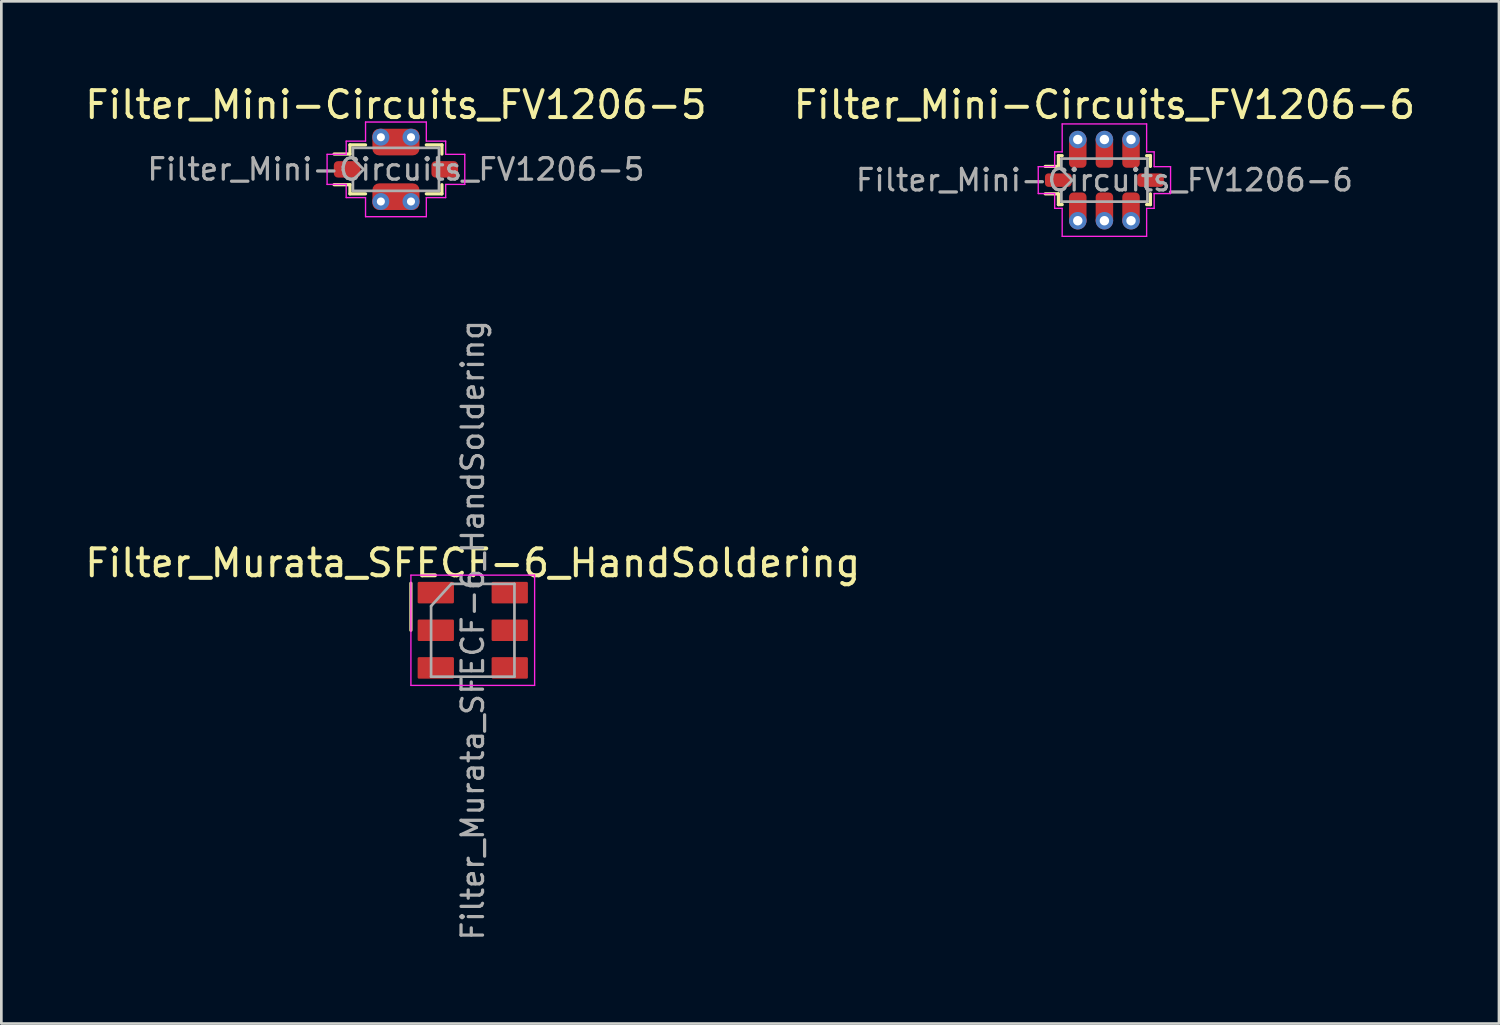
<source format=kicad_pcb>
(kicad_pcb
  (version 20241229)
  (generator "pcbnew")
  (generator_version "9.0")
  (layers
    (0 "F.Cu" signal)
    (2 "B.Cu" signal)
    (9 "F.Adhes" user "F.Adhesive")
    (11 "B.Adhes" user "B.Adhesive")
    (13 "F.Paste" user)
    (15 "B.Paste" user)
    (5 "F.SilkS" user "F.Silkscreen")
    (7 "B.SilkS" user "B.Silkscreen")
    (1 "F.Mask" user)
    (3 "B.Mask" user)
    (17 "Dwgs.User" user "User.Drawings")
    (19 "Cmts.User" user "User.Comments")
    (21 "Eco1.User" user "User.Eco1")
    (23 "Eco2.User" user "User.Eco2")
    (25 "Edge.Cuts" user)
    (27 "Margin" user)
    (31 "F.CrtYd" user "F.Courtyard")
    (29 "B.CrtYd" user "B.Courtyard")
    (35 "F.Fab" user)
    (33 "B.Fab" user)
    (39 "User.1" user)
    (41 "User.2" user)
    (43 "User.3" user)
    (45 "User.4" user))
  (footprint "Filter_Mini-Circuits_FV1206-6"
    (layer "F.Cu")
    (at 38.018 3.648)
    (property "Reference" "Filter_Mini-Circuits_FV1206-6" (at 0 -2.8 0) (layer "F.SilkS") (effects (font (size 1 1) (thickness 0.15))))
    (attr smd)
    (fp_line (start -2.2 -0.51) (end -1.71 -0.51) (stroke (width 0.12) (type solid)) (layer "F.SilkS"))
    (fp_line (start -2.2 0.51) (end -1.71 0.51) (stroke (width 0.12) (type solid)) (layer "F.SilkS"))
    (fp_line (start -1.71 -0.91) (end -1.71 -0.51) (stroke (width 0.12) (type solid)) (layer "F.SilkS"))
    (fp_line (start -1.71 -0.91) (end -1.57 -0.91) (stroke (width 0.12) (type solid)) (layer "F.SilkS"))
    (fp_line (start -1.71 0.51) (end -1.71 0.91) (stroke (width 0.12) (type solid)) (layer "F.SilkS"))
    (fp_line (start -1.57 0.91) (end -1.71 0.91) (stroke (width 0.12) (type solid)) (layer "F.SilkS"))
    (fp_line (start 1.57 -0.91) (end 1.71 -0.91) (stroke (width 0.12) (type solid)) (layer "F.SilkS"))
    (fp_line (start 1.71 -0.91) (end 1.71 -0.51) (stroke (width 0.12) (type solid)) (layer "F.SilkS"))
    (fp_line (start 1.71 0.51) (end 1.71 0.91) (stroke (width 0.12) (type solid)) (layer "F.SilkS"))
    (fp_line (start 1.71 0.91) (end 1.57 0.91) (stroke (width 0.12) (type solid)) (layer "F.SilkS"))
    (fp_line (start -2.46 -0.5) (end -1.85 -0.5) (stroke (width 0.05) (type solid)) (layer "F.CrtYd"))
    (fp_line (start -2.46 0.5) (end -2.46 -0.5) (stroke (width 0.05) (type solid)) (layer "F.CrtYd"))
    (fp_line (start -2.46 0.5) (end -1.85 0.5) (stroke (width 0.05) (type solid)) (layer "F.CrtYd"))
    (fp_line (start -1.85 -0.5) (end -1.85 -1.05) (stroke (width 0.05) (type solid)) (layer "F.CrtYd"))
    (fp_line (start -1.85 1.05) (end -1.85 0.5) (stroke (width 0.05) (type solid)) (layer "F.CrtYd"))
    (fp_line (start -1.57 -1.05) (end -1.85 -1.05) (stroke (width 0.05) (type solid)) (layer "F.CrtYd"))
    (fp_line (start -1.57 -1.05) (end -1.57 -2.09) (stroke (width 0.05) (type solid)) (layer "F.CrtYd"))
    (fp_line (start -1.57 1.05) (end -1.85 1.05) (stroke (width 0.05) (type solid)) (layer "F.CrtYd"))
    (fp_line (start -1.57 2.09) (end -1.57 1.05) (stroke (width 0.05) (type solid)) (layer "F.CrtYd"))
    (fp_line (start 1.57 -2.09) (end -1.57 -2.09) (stroke (width 0.05) (type solid)) (layer "F.CrtYd"))
    (fp_line (start 1.57 -1.05) (end 1.57 -2.09) (stroke (width 0.05) (type solid)) (layer "F.CrtYd"))
    (fp_line (start 1.57 2.09) (end -1.57 2.09) (stroke (width 0.05) (type solid)) (layer "F.CrtYd"))
    (fp_line (start 1.57 2.09) (end 1.57 1.05) (stroke (width 0.05) (type solid)) (layer "F.CrtYd"))
    (fp_line (start 1.85 -1.05) (end 1.57 -1.05) (stroke (width 0.05) (type solid)) (layer "F.CrtYd"))
    (fp_line (start 1.85 -0.5) (end 1.85 -1.05) (stroke (width 0.05) (type solid)) (layer "F.CrtYd"))
    (fp_line (start 1.85 -0.5) (end 2.46 -0.5) (stroke (width 0.05) (type solid)) (layer "F.CrtYd"))
    (fp_line (start 1.85 0.5) (end 2.46 0.5) (stroke (width 0.05) (type solid)) (layer "F.CrtYd"))
    (fp_line (start 1.85 1.05) (end 1.57 1.05) (stroke (width 0.05) (type solid)) (layer "F.CrtYd"))
    (fp_line (start 1.85 1.05) (end 1.85 0.5) (stroke (width 0.05) (type solid)) (layer "F.CrtYd"))
    (fp_line (start 2.46 0.5) (end 2.46 -0.5) (stroke (width 0.05) (type solid)) (layer "F.CrtYd"))
    (fp_line (start -1.6 -0.4) (end -1.6 -0.8) (stroke (width 0.1) (type solid)) (layer "F.Fab"))
    (fp_line (start -1.6 -0.4) (end -1.2 0) (stroke (width 0.1) (type solid)) (layer "F.Fab"))
    (fp_line (start -1.6 0.4) (end -1.6 0.8) (stroke (width 0.1) (type solid)) (layer "F.Fab"))
    (fp_line (start -1.6 0.4) (end -1.2 0) (stroke (width 0.1) (type solid)) (layer "F.Fab"))
    (fp_line (start -1.6 0.8) (end 1.6 0.8) (stroke (width 0.1) (type solid)) (layer "F.Fab"))
    (fp_line (start 1.6 -0.8) (end -1.6 -0.8) (stroke (width 0.1) (type solid)) (layer "F.Fab"))
    (fp_line (start 1.6 0.8) (end 1.6 -0.8) (stroke (width 0.1) (type solid)) (layer "F.Fab"))
    (fp_text user "${REFERENCE}" (at 0 0 0) (layer "F.Fab") (effects (font (size 0.8 0.8) (thickness 0.12))))
    (pad "1" smd roundrect (at -1.715 0) (size 0.99 0.5) (layers "F.Cu" "F.Mask" "F.Paste") (roundrect_rratio 0.25))
    (pad "2" smd roundrect (at -0.99 1.066) (size 0.65 1.212) (layers "F.Cu" "F.Mask" "F.Paste") (roundrect_rratio 0.25))
    (pad "2" thru_hole circle (at -0.99 1.51) (size 0.65 0.65) (drill 0.35) (layers "*.Cu" "*.Mask"))
    (pad "3" smd roundrect (at 0 1.066) (size 0.65 1.212) (layers "F.Cu" "F.Mask" "F.Paste") (roundrect_rratio 0.25))
    (pad "3" thru_hole circle (at 0 1.51) (size 0.65 0.65) (drill 0.35) (layers "*.Cu" "*.Mask"))
    (pad "4" smd roundrect (at 0.99 1.066) (size 0.65 1.212) (layers "F.Cu" "F.Mask" "F.Paste") (roundrect_rratio 0.25))
    (pad "4" thru_hole circle (at 0.99 1.51) (size 0.65 0.65) (drill 0.35) (layers "*.Cu" "*.Mask"))
    (pad "5" smd roundrect (at 1.715 0) (size 0.99 0.5) (layers "F.Cu" "F.Mask" "F.Paste") (roundrect_rratio 0.25))
    (pad "6" thru_hole circle (at 0.99 -1.51) (size 0.65 0.65) (drill 0.35) (layers "*.Cu" "*.Mask"))
    (pad "6" smd roundrect (at 0.99 -1.066) (size 0.65 1.212) (layers "F.Cu" "F.Mask" "F.Paste") (roundrect_rratio 0.25))
    (pad "7" thru_hole circle (at 0 -1.51) (size 0.65 0.65) (drill 0.35) (layers "*.Cu" "*.Mask"))
    (pad "7" smd roundrect (at 0 -1.066) (size 0.65 1.212) (layers "F.Cu" "F.Mask" "F.Paste") (roundrect_rratio 0.25))
    (pad "8" thru_hole circle (at -0.99 -1.51) (size 0.65 0.65) (drill 0.35) (layers "*.Cu" "*.Mask"))
    (pad "8" smd roundrect (at -0.99 -1.066) (size 0.65 1.212) (layers "F.Cu" "F.Mask" "F.Paste") (roundrect_rratio 0.25)))
  (footprint "Filter_Mini-Circuits_FV1206-5"
    (layer "F.Cu")
    (at 11.673 3.248)
    (property "Reference" "Filter_Mini-Circuits_FV1206-5" (at 0 -2.4 0) (layer "F.SilkS") (effects (font (size 1 1) (thickness 0.15))))
    (attr smd)
    (fp_line (start -1.71 -0.91) (end -1.71 -0.57) (stroke (width 0.12) (type solid)) (layer "F.SilkS"))
    (fp_line (start -1.71 -0.91) (end -1.13 -0.91) (stroke (width 0.12) (type solid)) (layer "F.SilkS"))
    (fp_line (start -1.71 -0.57) (end -2.3 -0.57) (stroke (width 0.12) (type solid)) (layer "F.SilkS"))
    (fp_line (start -1.71 0.57) (end -2.3 0.57) (stroke (width 0.12) (type solid)) (layer "F.SilkS"))
    (fp_line (start -1.71 0.57) (end -1.71 0.91) (stroke (width 0.12) (type solid)) (layer "F.SilkS"))
    (fp_line (start -1.71 0.91) (end -1.13 0.91) (stroke (width 0.12) (type solid)) (layer "F.SilkS"))
    (fp_line (start 1.13 -0.91) (end 1.71 -0.91) (stroke (width 0.12) (type solid)) (layer "F.SilkS"))
    (fp_line (start 1.13 0.91) (end 1.71 0.91) (stroke (width 0.12) (type solid)) (layer "F.SilkS"))
    (fp_line (start 1.71 -0.91) (end 1.71 -0.57) (stroke (width 0.12) (type solid)) (layer "F.SilkS"))
    (fp_line (start 1.71 0.57) (end 1.71 0.91) (stroke (width 0.12) (type solid)) (layer "F.SilkS"))
    (fp_line (start -2.56 -0.56) (end -2.56 0.56) (stroke (width 0.05) (type solid)) (layer "F.CrtYd"))
    (fp_line (start -2.56 -0.56) (end -1.85 -0.56) (stroke (width 0.05) (type solid)) (layer "F.CrtYd"))
    (fp_line (start -2.56 0.56) (end -1.85 0.56) (stroke (width 0.05) (type solid)) (layer "F.CrtYd"))
    (fp_line (start -1.85 -1.05) (end -1.85 -0.56) (stroke (width 0.05) (type solid)) (layer "F.CrtYd"))
    (fp_line (start -1.85 -1.05) (end -1.13 -1.05) (stroke (width 0.05) (type solid)) (layer "F.CrtYd"))
    (fp_line (start -1.85 0.56) (end -1.85 1.05) (stroke (width 0.05) (type solid)) (layer "F.CrtYd"))
    (fp_line (start -1.85 1.05) (end -1.13 1.05) (stroke (width 0.05) (type solid)) (layer "F.CrtYd"))
    (fp_line (start -1.13 -1.76) (end 1.13 -1.76) (stroke (width 0.05) (type solid)) (layer "F.CrtYd"))
    (fp_line (start -1.13 -1.05) (end -1.13 -1.76) (stroke (width 0.05) (type solid)) (layer "F.CrtYd"))
    (fp_line (start -1.13 1.76) (end -1.13 1.05) (stroke (width 0.05) (type solid)) (layer "F.CrtYd"))
    (fp_line (start -1.13 1.76) (end 1.13 1.76) (stroke (width 0.05) (type solid)) (layer "F.CrtYd"))
    (fp_line (start 1.13 -1.05) (end 1.13 -1.76) (stroke (width 0.05) (type solid)) (layer "F.CrtYd"))
    (fp_line (start 1.13 -1.05) (end 1.85 -1.05) (stroke (width 0.05) (type solid)) (layer "F.CrtYd"))
    (fp_line (start 1.13 1.05) (end 1.85 1.05) (stroke (width 0.05) (type solid)) (layer "F.CrtYd"))
    (fp_line (start 1.13 1.76) (end 1.13 1.05) (stroke (width 0.05) (type solid)) (layer "F.CrtYd"))
    (fp_line (start 1.85 -1.05) (end 1.85 -0.56) (stroke (width 0.05) (type solid)) (layer "F.CrtYd"))
    (fp_line (start 1.85 -0.56) (end 2.56 -0.56) (stroke (width 0.05) (type solid)) (layer "F.CrtYd"))
    (fp_line (start 1.85 0.56) (end 1.85 1.05) (stroke (width 0.05) (type solid)) (layer "F.CrtYd"))
    (fp_line (start 1.85 0.56) (end 2.56 0.56) (stroke (width 0.05) (type solid)) (layer "F.CrtYd"))
    (fp_line (start 2.56 -0.56) (end 2.56 0.56) (stroke (width 0.05) (type solid)) (layer "F.CrtYd"))
    (fp_line (start -1.6 -0.8) (end -1.6 -0.4) (stroke (width 0.1) (type solid)) (layer "F.Fab"))
    (fp_line (start -1.6 -0.8) (end 1.6 -0.8) (stroke (width 0.1) (type solid)) (layer "F.Fab"))
    (fp_line (start -1.6 0.8) (end -1.6 0.4) (stroke (width 0.1) (type solid)) (layer "F.Fab"))
    (fp_line (start -1.2 0) (end -1.6 -0.4) (stroke (width 0.1) (type solid)) (layer "F.Fab"))
    (fp_line (start -1.2 0) (end -1.6 0.4) (stroke (width 0.1) (type solid)) (layer "F.Fab"))
    (fp_line (start 1.6 -0.8) (end 1.6 0.8) (stroke (width 0.1) (type solid)) (layer "F.Fab"))
    (fp_line (start 1.6 0.8) (end -1.6 0.8) (stroke (width 0.1) (type solid)) (layer "F.Fab"))
    (fp_text user "${REFERENCE}" (at 0 0 0) (layer "F.Fab") (effects (font (size 0.8 0.8) (thickness 0.12))))
    (pad "1" smd roundrect (at -1.815 0) (size 0.99 0.61) (layers "F.Cu" "F.Mask" "F.Paste") (roundrect_rratio 0.25))
    (pad "2" thru_hole circle (at -0.56 1.195) (size 0.63 0.63) (drill 0.3) (layers "*.Cu" "*.Mask"))
    (pad "2" smd roundrect (at 0 1.015) (size 1.75 0.99) (layers "F.Cu" "F.Mask" "F.Paste") (roundrect_rratio 0.25))
    (pad "2" thru_hole circle (at 0.56 1.195) (size 0.63 0.63) (drill 0.3) (layers "*.Cu" "*.Mask"))
    (pad "3" smd roundrect (at 1.815 0) (size 0.99 0.61) (layers "F.Cu" "F.Mask" "F.Paste") (roundrect_rratio 0.25))
    (pad "4" thru_hole circle (at -0.56 -1.195) (size 0.63 0.63) (drill 0.3) (layers "*.Cu" "*.Mask"))
    (pad "4" smd roundrect (at 0 -1.015) (size 1.75 0.99) (layers "F.Cu" "F.Mask" "F.Paste") (roundrect_rratio 0.25))
    (pad "4" thru_hole circle (at 0.56 -1.195) (size 0.63 0.63) (drill 0.3) (layers "*.Cu" "*.Mask")))
  (footprint "Filter_Murata_SFECF-6_HandSoldering"
    (layer "F.Cu")
    (at 14.53 20.387)
    (property "Reference" "Filter_Murata_SFECF-6_HandSoldering" (at 0 -2.5 0) (layer "F.SilkS") (effects (font (size 1 1) (thickness 0.15))))
    (attr smd)
    (fp_line (start -2.3 0) (end -2.3 -1.75) (stroke (width 0.12) (type solid)) (layer "F.SilkS"))
    (fp_line (start -2.3 -2.05) (end -2.3 2.05) (stroke (width 0.05) (type solid)) (layer "F.CrtYd"))
    (fp_line (start -2.3 2.05) (end 2.3 2.05) (stroke (width 0.05) (type solid)) (layer "F.CrtYd"))
    (fp_line (start 2.3 -2.05) (end -2.3 -2.05) (stroke (width 0.05) (type solid)) (layer "F.CrtYd"))
    (fp_line (start 2.3 -2.05) (end 2.3 2.05) (stroke (width 0.05) (type solid)) (layer "F.CrtYd"))
    (fp_line (start -1.55 -0.9) (end -1.55 1.725) (stroke (width 0.1) (type solid)) (layer "F.Fab"))
    (fp_line (start -1.55 1.725) (end 1.55 1.725) (stroke (width 0.1) (type solid)) (layer "F.Fab"))
    (fp_line (start -0.8 -1.725) (end -1.55 -0.9) (stroke (width 0.1) (type solid)) (layer "F.Fab"))
    (fp_line (start 1.55 -1.725) (end -0.8 -1.725) (stroke (width 0.1) (type solid)) (layer "F.Fab"))
    (fp_line (start 1.55 -1.725) (end 1.55 1.725) (stroke (width 0.1) (type solid)) (layer "F.Fab"))
    (fp_text user "${REFERENCE}" (at 0 0 90) (layer "F.Fab") (effects (font (size 0.8 0.8) (thickness 0.12))))
    (pad "1" smd roundrect (at -1.375 -1.4) (size 1.35 0.8) (layers "F.Cu" "F.Mask" "F.Paste") (roundrect_rratio 0.062))
    (pad "2" smd roundrect (at -1.375 0) (size 1.35 0.8) (layers "F.Cu" "F.Mask" "F.Paste") (roundrect_rratio 0.062))
    (pad "3" smd roundrect (at -1.375 1.4) (size 1.35 0.8) (layers "F.Cu" "F.Mask" "F.Paste") (roundrect_rratio 0.062))
    (pad "4" smd roundrect (at 1.375 1.4) (size 1.35 0.8) (layers "F.Cu" "F.Mask" "F.Paste") (roundrect_rratio 0.062))
    (pad "5" smd roundrect (at 1.375 0) (size 1.35 0.8) (layers "F.Cu" "F.Mask" "F.Paste") (roundrect_rratio 0.062))
    (pad "6" smd roundrect (at 1.375 -1.4) (size 1.35 0.8) (layers "F.Cu" "F.Mask" "F.Paste") (roundrect_rratio 0.062)))
  (gr_rect
    (start -3 -3)
    (end 52.69 35.011)
    (stroke (width 0.1) (type default))
    (fill no)
    (layer "Edge.Cuts")))
</source>
